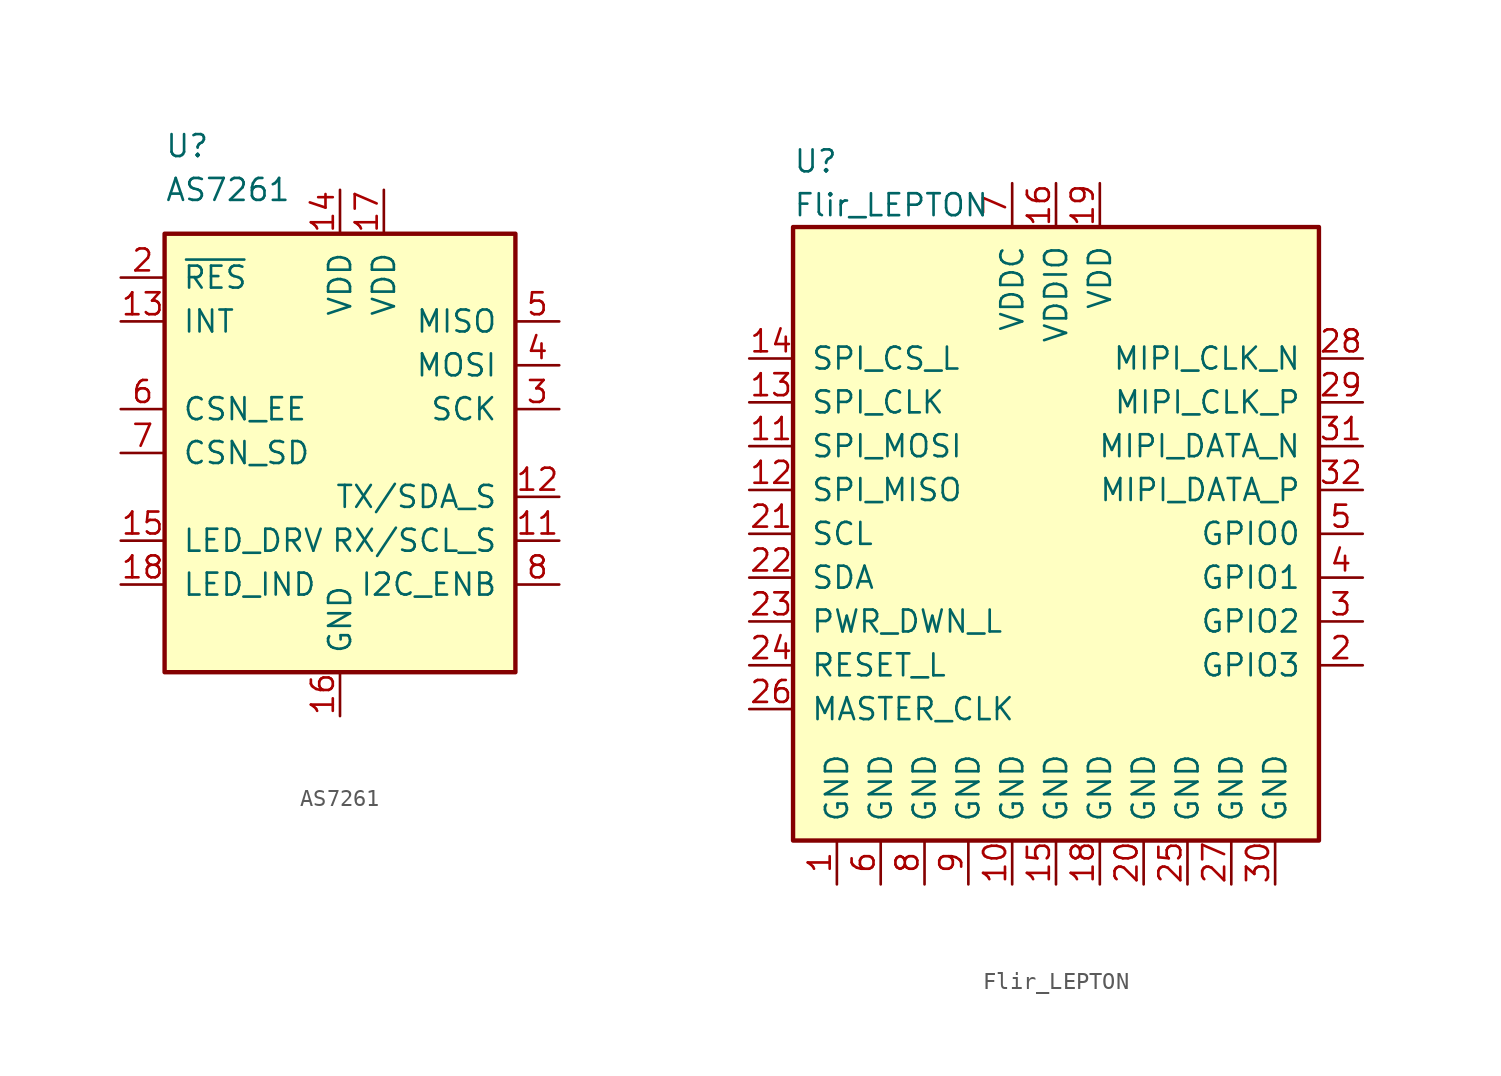
<source format=kicad_sym>
(kicad_symbol_lib
  (version 20211014)
  (generator kicad_symbol_editor)
  (symbol "AS7261"
    (pin_names
      (offset 1.016))
    (property "Reference" "U"
      (at -10.16 17.78 0)
      (effects (font (size 1.27 1.27)) (justify left)))
    (property "Value" "AS7261"
      (at -10.16 15.24 0)
      (effects (font (size 1.27 1.27)) (justify left)))
    (symbol "AS7261_0_1"
      (rectangle (start -10.16 12.7) (end 10.16 -12.7) (stroke (width 0.254) (type default) (color 0 0 0 0)) (fill (type background))))
    (symbol "AS7261_1_1"
      (pin no_connect line (at 10.16 10.16 180) (length 2.54) hide (name "NF" (effects (font (size 1.27 1.27)))) (number "1" (effects (font (size 1.27 1.27)))))
      (pin no_connect line (at -12.7 5.08 0) (length 2.54) hide (name "NF" (effects (font (size 1.27 1.27)))) (number "10" (effects (font (size 1.27 1.27)))))
      (pin input line (at 12.7 -5.08 180) (length 2.54) (name "RX/SCL_S" (effects (font (size 1.27 1.27)))) (number "11" (effects (font (size 1.27 1.27)))))
      (pin bidirectional line (at 12.7 -2.54 180) (length 2.54) (name "TX/SDA_S" (effects (font (size 1.27 1.27)))) (number "12" (effects (font (size 1.27 1.27)))))
      (pin input line (at -12.7 7.62 0) (length 2.54) (name "INT" (effects (font (size 1.27 1.27)))) (number "13" (effects (font (size 1.27 1.27)))))
      (pin power_in line (at 0 15.24 270) (length 2.54) (name "VDD" (effects (font (size 1.27 1.27)))) (number "14" (effects (font (size 1.27 1.27)))))
      (pin output line (at -12.7 -5.08 0) (length 2.54) (name "LED_DRV" (effects (font (size 1.27 1.27)))) (number "15" (effects (font (size 1.27 1.27)))))
      (pin power_in line (at 0 -15.24 90) (length 2.54) (name "GND" (effects (font (size 1.27 1.27)))) (number "16" (effects (font (size 1.27 1.27)))))
      (pin power_in line (at 2.54 15.24 270) (length 2.54) (name "VDD" (effects (font (size 1.27 1.27)))) (number "17" (effects (font (size 1.27 1.27)))))
      (pin output line (at -12.7 -7.62 0) (length 2.54) (name "LED_IND" (effects (font (size 1.27 1.27)))) (number "18" (effects (font (size 1.27 1.27)))))
      (pin no_connect line (at -10.16 -2.54 0) (length 2.54) hide (name "NF" (effects (font (size 1.27 1.27)))) (number "19" (effects (font (size 1.27 1.27)))))
      (pin input line (at -12.7 10.16 0) (length 2.54) (name "~{RES}" (effects (font (size 1.27 1.27)))) (number "2" (effects (font (size 1.27 1.27)))))
      (pin no_connect line (at -10.16 -10.16 0) (length 2.54) hide (name "NF" (effects (font (size 1.27 1.27)))) (number "20" (effects (font (size 1.27 1.27)))))
      (pin input line (at 12.7 2.54 180) (length 2.54) (name "SCK" (effects (font (size 1.27 1.27)))) (number "3" (effects (font (size 1.27 1.27)))))
      (pin bidirectional line (at 12.7 5.08 180) (length 2.54) (name "MOSI" (effects (font (size 1.27 1.27)))) (number "4" (effects (font (size 1.27 1.27)))))
      (pin bidirectional line (at 12.7 7.62 180) (length 2.54) (name "MISO" (effects (font (size 1.27 1.27)))) (number "5" (effects (font (size 1.27 1.27)))))
      (pin input line (at -12.7 2.54 0) (length 2.54) (name "CSN_EE" (effects (font (size 1.27 1.27)))) (number "6" (effects (font (size 1.27 1.27)))))
      (pin input line (at -12.7 0 0) (length 2.54) (name "CSN_SD" (effects (font (size 1.27 1.27)))) (number "7" (effects (font (size 1.27 1.27)))))
      (pin input line (at 12.7 -7.62 180) (length 2.54) (name "I2C_ENB" (effects (font (size 1.27 1.27)))) (number "8" (effects (font (size 1.27 1.27)))))
      (pin no_connect line (at 10.16 -10.16 180) (length 2.54) hide (name "NF" (effects (font (size 1.27 1.27)))) (number "9" (effects (font (size 1.27 1.27)))))))
  (symbol "Flir_LEPTON"
    (pin_names
      (offset 1.016))
    (property "Reference" "U"
      (at -15.24 21.59 0)
      (effects (font (size 1.27 1.27)) (justify left)))
    (property "Value" "Flir_LEPTON"
      (at -15.24 19.05 0)
      (effects (font (size 1.27 1.27)) (justify left)))
    (symbol "Flir_LEPTON_0_1"
      (rectangle (start -15.24 17.78) (end 15.24 -17.78) (stroke (width 0.254) (type default) (color 0 0 0 0)) (fill (type background))))
    (symbol "Flir_LEPTON_1_1"
      (pin power_in line (at -12.7 -20.32 90) (length 2.54) (name "GND" (effects (font (size 1.27 1.27)))) (number "1" (effects (font (size 1.27 1.27)))))
      (pin power_in line (at -2.54 -20.32 90) (length 2.54) (name "GND" (effects (font (size 1.27 1.27)))) (number "10" (effects (font (size 1.27 1.27)))))
      (pin input line (at -17.78 5.08 0) (length 2.54) (name "SPI_MOSI" (effects (font (size 1.27 1.27)))) (number "11" (effects (font (size 1.27 1.27)))))
      (pin output line (at -17.78 2.54 0) (length 2.54) (name "SPI_MISO" (effects (font (size 1.27 1.27)))) (number "12" (effects (font (size 1.27 1.27)))))
      (pin input line (at -17.78 7.62 0) (length 2.54) (name "SPI_CLK" (effects (font (size 1.27 1.27)))) (number "13" (effects (font (size 1.27 1.27)))))
      (pin input line (at -17.78 10.16 0) (length 2.54) (name "SPI_CS_L" (effects (font (size 1.27 1.27)))) (number "14" (effects (font (size 1.27 1.27)))))
      (pin power_in line (at 0 -20.32 90) (length 2.54) (name "GND" (effects (font (size 1.27 1.27)))) (number "15" (effects (font (size 1.27 1.27)))))
      (pin power_in line (at 0 20.32 270) (length 2.54) (name "VDDIO" (effects (font (size 1.27 1.27)))) (number "16" (effects (font (size 1.27 1.27)))))
      (pin no_connect line (at 15.24 -10.16 180) (length 2.54) hide (name "NC" (effects (font (size 1.27 1.27)))) (number "17" (effects (font (size 1.27 1.27)))))
      (pin power_in line (at 2.54 -20.32 90) (length 2.54) (name "GND" (effects (font (size 1.27 1.27)))) (number "18" (effects (font (size 1.27 1.27)))))
      (pin power_in line (at 2.54 20.32 270) (length 2.54) (name "VDD" (effects (font (size 1.27 1.27)))) (number "19" (effects (font (size 1.27 1.27)))))
      (pin bidirectional line (at 17.78 -7.62 180) (length 2.54) (name "GPIO3" (effects (font (size 1.27 1.27)))) (number "2" (effects (font (size 1.27 1.27)))))
      (pin power_in line (at 5.08 -20.32 90) (length 2.54) (name "GND" (effects (font (size 1.27 1.27)))) (number "20" (effects (font (size 1.27 1.27)))))
      (pin input line (at -17.78 0 0) (length 2.54) (name "SCL" (effects (font (size 1.27 1.27)))) (number "21" (effects (font (size 1.27 1.27)))))
      (pin bidirectional line (at -17.78 -2.54 0) (length 2.54) (name "SDA" (effects (font (size 1.27 1.27)))) (number "22" (effects (font (size 1.27 1.27)))))
      (pin input line (at -17.78 -5.08 0) (length 2.54) (name "PWR_DWN_L" (effects (font (size 1.27 1.27)))) (number "23" (effects (font (size 1.27 1.27)))))
      (pin input line (at -17.78 -7.62 0) (length 2.54) (name "RESET_L" (effects (font (size 1.27 1.27)))) (number "24" (effects (font (size 1.27 1.27)))))
      (pin power_in line (at 7.62 -20.32 90) (length 2.54) (name "GND" (effects (font (size 1.27 1.27)))) (number "25" (effects (font (size 1.27 1.27)))))
      (pin input line (at -17.78 -10.16 0) (length 2.54) (name "MASTER_CLK" (effects (font (size 1.27 1.27)))) (number "26" (effects (font (size 1.27 1.27)))))
      (pin power_in line (at 10.16 -20.32 90) (length 2.54) (name "GND" (effects (font (size 1.27 1.27)))) (number "27" (effects (font (size 1.27 1.27)))))
      (pin output line (at 17.78 10.16 180) (length 2.54) (name "MIPI_CLK_N" (effects (font (size 1.27 1.27)))) (number "28" (effects (font (size 1.27 1.27)))))
      (pin output line (at 17.78 7.62 180) (length 2.54) (name "MIPI_CLK_P" (effects (font (size 1.27 1.27)))) (number "29" (effects (font (size 1.27 1.27)))))
      (pin bidirectional line (at 17.78 -5.08 180) (length 2.54) (name "GPIO2" (effects (font (size 1.27 1.27)))) (number "3" (effects (font (size 1.27 1.27)))))
      (pin power_in line (at 12.7 -20.32 90) (length 2.54) (name "GND" (effects (font (size 1.27 1.27)))) (number "30" (effects (font (size 1.27 1.27)))))
      (pin output line (at 17.78 5.08 180) (length 2.54) (name "MIPI_DATA_N" (effects (font (size 1.27 1.27)))) (number "31" (effects (font (size 1.27 1.27)))))
      (pin output line (at 17.78 2.54 180) (length 2.54) (name "MIPI_DATA_P" (effects (font (size 1.27 1.27)))) (number "32" (effects (font (size 1.27 1.27)))))
      (pin bidirectional line (at 17.78 -2.54 180) (length 2.54) (name "GPIO1" (effects (font (size 1.27 1.27)))) (number "4" (effects (font (size 1.27 1.27)))))
      (pin bidirectional line (at 17.78 0 180) (length 2.54) (name "GPIO0" (effects (font (size 1.27 1.27)))) (number "5" (effects (font (size 1.27 1.27)))))
      (pin power_in line (at -10.16 -20.32 90) (length 2.54) (name "GND" (effects (font (size 1.27 1.27)))) (number "6" (effects (font (size 1.27 1.27)))))
      (pin power_in line (at -2.54 20.32 270) (length 2.54) (name "VDDC" (effects (font (size 1.27 1.27)))) (number "7" (effects (font (size 1.27 1.27)))))
      (pin power_in line (at -7.62 -20.32 90) (length 2.54) (name "GND" (effects (font (size 1.27 1.27)))) (number "8" (effects (font (size 1.27 1.27)))))
      (pin power_in line (at -5.08 -20.32 90) (length 2.54) (name "GND" (effects (font (size 1.27 1.27)))) (number "9" (effects (font (size 1.27 1.27))))))))
</source>
